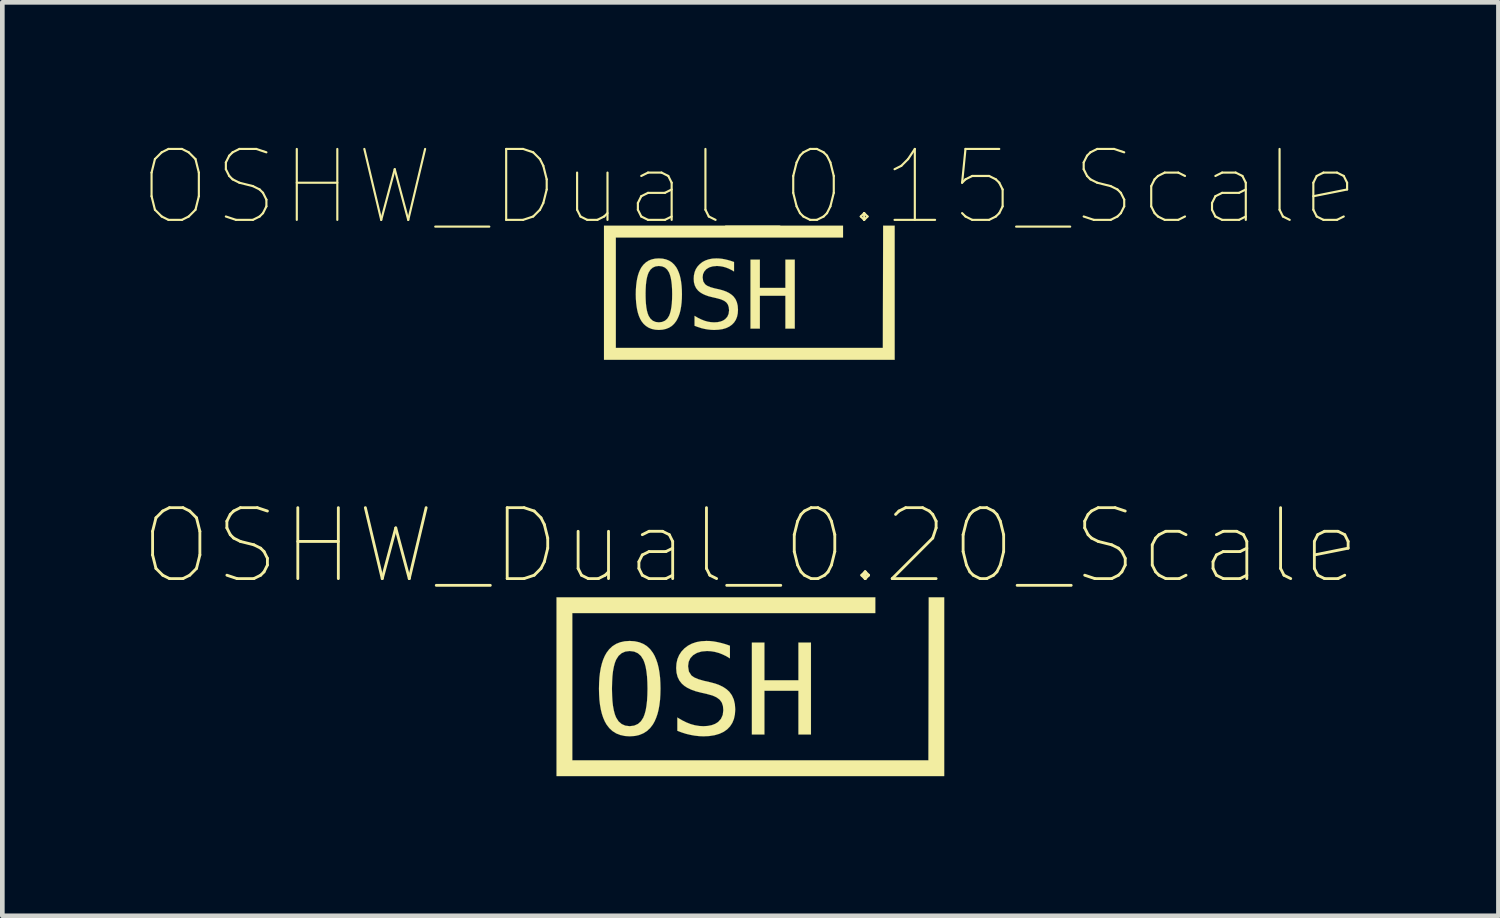
<source format=kicad_pcb>
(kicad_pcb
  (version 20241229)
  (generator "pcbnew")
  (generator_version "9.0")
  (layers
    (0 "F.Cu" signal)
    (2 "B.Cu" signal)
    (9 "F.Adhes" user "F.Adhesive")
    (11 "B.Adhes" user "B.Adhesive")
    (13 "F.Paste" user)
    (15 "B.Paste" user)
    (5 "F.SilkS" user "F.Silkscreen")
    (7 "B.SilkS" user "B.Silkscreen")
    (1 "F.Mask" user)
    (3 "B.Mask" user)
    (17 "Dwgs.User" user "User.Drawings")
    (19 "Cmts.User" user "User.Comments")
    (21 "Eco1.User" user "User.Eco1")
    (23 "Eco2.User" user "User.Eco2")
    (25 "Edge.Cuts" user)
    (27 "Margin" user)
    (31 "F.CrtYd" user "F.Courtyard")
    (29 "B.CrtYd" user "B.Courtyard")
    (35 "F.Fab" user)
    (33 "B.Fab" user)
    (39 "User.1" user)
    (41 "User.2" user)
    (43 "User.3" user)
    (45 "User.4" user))
  (footprint "OSHW_Dual_0.15_Scale"
    (layer "F.Cu")
    (at 13.052 3.055)
    (property "Reference" "OSHW_Dual_0.15_Scale" (at 0 -2.083 0) (layer "F.SilkS") (effects (font (size 1.524 1.524) (thickness 0.046))))
    (attr through_hole)
    (fp_poly (pts (xy 1.111 -0.526) (xy 1.307 -0.526) (xy 1.449 0.677) (xy 1.617 -0.119) (xy 1.827 -0.119) (xy 1.997 0.679) (xy 2.478 -1.626) (xy 2.673 -1.626) (xy 2.114 0.956) (xy 1.924 0.956) (xy 1.723 0.076) (xy 1.522 0.956) (xy 1.333 0.956) (xy 1.111 -0.526)) (stroke (width 0.003) (type solid)) (fill yes) (layer "F.Mask"))
    (fp_poly (pts (xy 0.025 -0.526) (xy 0.226 -0.526) (xy 0.226 0.082) (xy 0.775 0.082) (xy 0.775 -0.526) (xy 0.976 -0.526) (xy 0.976 0.956) (xy 0.775 0.956) (xy 0.775 0.25) (xy 0.226 0.25) (xy 0.226 0.956) (xy 0.025 0.956) (xy 0.025 -0.526)) (stroke (width 0.003) (type solid)) (fill yes) (layer "F.SilkS"))
    (fp_poly (pts (xy -3.123 -1.255) (xy -3.123 -1.128) (xy -3.123 1.499) (xy -3.123 1.626) (xy -2.996 1.626) (xy 2.996 1.626) (xy 3.123 1.626) (xy 3.123 1.499) (xy 3.123 -1.255) (xy 2.875 -1.255) (xy 2.869 1.372) (xy -2.869 1.372) (xy -2.869 -1.001) (xy 2.013 -1.001) (xy 2.013 -1.255) (xy -2.996 -1.255) (xy -3.123 -1.255)) (stroke (width 0.003) (type solid)) (fill yes) (layer "F.SilkS"))
    (fp_poly (pts (xy -0.329 -0.475) (xy -0.329 -0.272) (xy -0.39 -0.307) (xy -0.451 -0.337) (xy -0.513 -0.36) (xy -0.574 -0.376) (xy -0.635 -0.386) (xy -0.697 -0.39) (xy -0.785 -0.382) (xy -0.86 -0.36) (xy -0.922 -0.323) (xy -0.967 -0.274) (xy -0.995 -0.215) (xy -1.004 -0.146) (xy -0.991 -0.059) (xy -0.95 0.004) (xy -0.904 0.037) (xy -0.836 0.066) (xy -0.748 0.091) (xy -0.643 0.114) (xy -0.564 0.136) (xy -0.494 0.162) (xy -0.433 0.193) (xy -0.382 0.228) (xy -0.339 0.267) (xy -0.297 0.324) (xy -0.268 0.39) (xy -0.25 0.466) (xy -0.244 0.551) (xy -0.249 0.631) (xy -0.265 0.704) (xy -0.291 0.768) (xy -0.328 0.825) (xy -0.375 0.873) (xy -0.432 0.913) (xy -0.499 0.945) (xy -0.575 0.967) (xy -0.661 0.98) (xy -0.756 0.985) (xy -0.825 0.982) (xy -0.895 0.974) (xy -0.965 0.962) (xy -1.035 0.945) (xy -1.106 0.922) (xy -1.177 0.895) (xy -1.177 0.682) (xy -1.102 0.726) (xy -1.03 0.761) (xy -0.961 0.788) (xy -0.893 0.807) (xy -0.825 0.818) (xy -0.756 0.822) (xy -0.684 0.818) (xy -0.621 0.805) (xy -0.566 0.784) (xy -0.52 0.754) (xy -0.473 0.703) (xy -0.445 0.639) (xy -0.435 0.564) (xy -0.442 0.496) (xy -0.461 0.439) (xy -0.494 0.394) (xy -0.542 0.358) (xy -0.609 0.328) (xy -0.695 0.304) (xy -0.803 0.279) (xy -0.881 0.259) (xy -0.95 0.234) (xy -1.009 0.206) (xy -1.06 0.174) (xy -1.102 0.138) (xy -1.143 0.087) (xy -1.172 0.028) (xy -1.19 -0.039) (xy -1.195 -0.115) (xy -1.19 -0.191) (xy -1.174 -0.261) (xy -1.148 -0.324) (xy -1.11 -0.381) (xy -1.062 -0.432) (xy -1.005 -0.476) (xy -0.941 -0.509) (xy -0.87 -0.533) (xy -0.792 -0.548) (xy -0.707 -0.552) (xy -0.649 -0.55) (xy -0.59 -0.544) (xy -0.528 -0.533) (xy -0.464 -0.518) (xy -0.398 -0.499) (xy -0.329 -0.475)) (stroke (width 0.003) (type solid)) (fill yes) (layer "F.SilkS"))
    (fp_poly (pts (xy -1.658 0.217) (xy -1.448 0.217) (xy -1.45 0.31) (xy -1.456 0.398) (xy -1.466 0.479) (xy -1.479 0.554) (xy -1.496 0.624) (xy -1.518 0.687) (xy -1.543 0.743) (xy -1.571 0.794) (xy -1.616 0.852) (xy -1.667 0.9) (xy -1.726 0.937) (xy -1.792 0.963) (xy -1.864 0.979) (xy -1.945 0.985) (xy -2.025 0.979) (xy -2.098 0.963) (xy -2.163 0.937) (xy -2.222 0.9) (xy -2.273 0.853) (xy -2.318 0.795) (xy -2.346 0.745) (xy -2.371 0.688) (xy -2.392 0.625) (xy -2.409 0.556) (xy -2.422 0.48) (xy -2.432 0.399) (xy -2.438 0.311) (xy -2.44 0.217) (xy -2.438 0.123) (xy -2.432 0.035) (xy -2.422 -0.047) (xy -2.409 -0.122) (xy -2.392 -0.191) (xy -2.371 -0.254) (xy -2.346 -0.311) (xy -2.318 -0.362) (xy -2.273 -0.42) (xy -2.221 -0.468) (xy -2.163 -0.505) (xy -2.097 -0.531) (xy -2.024 -0.547) (xy -1.945 -0.552) (xy -1.864 -0.547) (xy -1.792 -0.531) (xy -1.726 -0.505) (xy -1.667 -0.468) (xy -1.616 -0.42) (xy -1.571 -0.362) (xy -1.543 -0.311) (xy -1.518 -0.254) (xy -1.496 -0.191) (xy -1.479 -0.122) (xy -1.466 -0.047) (xy -1.456 0.035) (xy -1.45 0.123) (xy -1.448 0.217) (xy -1.658 0.217) (xy -1.66 0.113) (xy -1.665 0.02) (xy -1.675 -0.063) (xy -1.688 -0.136) (xy -1.705 -0.198) (xy -1.725 -0.25) (xy -1.764 -0.311) (xy -1.813 -0.355) (xy -1.874 -0.381) (xy -1.945 -0.39) (xy -2.015 -0.381) (xy -2.075 -0.355) (xy -2.125 -0.311) (xy -2.164 -0.25) (xy -2.184 -0.198) (xy -2.201 -0.136) (xy -2.214 -0.063) (xy -2.223 0.02) (xy -2.228 0.113) (xy -2.23 0.217) (xy -2.228 0.32) (xy -2.223 0.413) (xy -2.214 0.496) (xy -2.201 0.568) (xy -2.184 0.63) (xy -2.164 0.682) (xy -2.125 0.743) (xy -2.075 0.787) (xy -2.015 0.813) (xy -1.945 0.822) (xy -1.874 0.813) (xy -1.813 0.787) (xy -1.764 0.744) (xy -1.725 0.683) (xy -1.705 0.631) (xy -1.688 0.569) (xy -1.675 0.496) (xy -1.665 0.413) (xy -1.66 0.32) (xy -1.658 0.217)) (stroke (width 0.003) (type solid)) (fill yes) (layer "F.SilkS")))
  (footprint "OSHW_Dual_0.20_Scale"
    (layer "F.Cu")
    (at 13.074 11.459)
    (property "Reference" "OSHW_Dual_0.20_Scale" (at 0 -2.778 0) (layer "F.SilkS") (effects (font (size 1.524 1.524) (thickness 0.061))))
    (attr through_hole)
    (fp_poly (pts (xy 1.482 -0.701) (xy 1.743 -0.701) (xy 1.932 0.903) (xy 2.157 -0.158) (xy 2.436 -0.158) (xy 2.663 0.905) (xy 3.304 -2.168) (xy 3.565 -2.168) (xy 2.818 1.274) (xy 2.565 1.274) (xy 2.297 0.101) (xy 2.03 1.274) (xy 1.777 1.274) (xy 1.482 -0.701)) (stroke (width 0.003) (type solid)) (fill yes) (layer "F.Mask"))
    (fp_poly (pts (xy 0.033 -0.701) (xy 0.302 -0.701) (xy 0.302 0.109) (xy 1.033 0.109) (xy 1.033 -0.701) (xy 1.302 -0.701) (xy 1.302 1.274) (xy 1.033 1.274) (xy 1.033 0.334) (xy 0.302 0.334) (xy 0.302 1.274) (xy 0.033 1.274) (xy 0.033 -0.701)) (stroke (width 0.003) (type solid)) (fill yes) (layer "F.SilkS"))
    (fp_poly (pts (xy -4.165 -1.673) (xy -4.165 -1.504) (xy -4.165 1.999) (xy -4.165 2.168) (xy -3.995 2.168) (xy 3.995 2.168) (xy 4.165 2.168) (xy 4.165 1.999) (xy 4.165 -1.673) (xy 3.833 -1.673) (xy 3.826 1.83) (xy -3.826 1.83) (xy -3.826 -1.335) (xy 2.685 -1.335) (xy 2.685 -1.673) (xy -3.995 -1.673) (xy -4.165 -1.673)) (stroke (width 0.003) (type solid)) (fill yes) (layer "F.SilkS"))
    (fp_poly (pts (xy -0.439 -0.633) (xy -0.439 -0.362) (xy -0.52 -0.41) (xy -0.602 -0.449) (xy -0.684 -0.48) (xy -0.765 -0.502) (xy -0.847 -0.515) (xy -0.93 -0.52) (xy -1.047 -0.51) (xy -1.147 -0.48) (xy -1.229 -0.431) (xy -1.29 -0.366) (xy -1.326 -0.287) (xy -1.339 -0.194) (xy -1.321 -0.079) (xy -1.267 0.006) (xy -1.205 0.049) (xy -1.115 0.087) (xy -0.997 0.121) (xy -0.857 0.153) (xy -0.752 0.181) (xy -0.659 0.216) (xy -0.578 0.257) (xy -0.509 0.304) (xy -0.452 0.356) (xy -0.397 0.432) (xy -0.357 0.52) (xy -0.333 0.621) (xy -0.325 0.735) (xy -0.332 0.842) (xy -0.353 0.939) (xy -0.388 1.025) (xy -0.437 1.1) (xy -0.5 1.165) (xy -0.576 1.218) (xy -0.665 1.259) (xy -0.767 1.289) (xy -0.881 1.307) (xy -1.008 1.313) (xy -1.101 1.309) (xy -1.194 1.299) (xy -1.287 1.282) (xy -1.381 1.26) (xy -1.475 1.23) (xy -1.569 1.194) (xy -1.569 0.909) (xy -1.469 0.968) (xy -1.374 1.015) (xy -1.282 1.051) (xy -1.191 1.076) (xy -1.099 1.091) (xy -1.008 1.096) (xy -0.912 1.09) (xy -0.828 1.073) (xy -0.755 1.045) (xy -0.693 1.006) (xy -0.631 0.937) (xy -0.593 0.852) (xy -0.581 0.752) (xy -0.589 0.661) (xy -0.615 0.585) (xy -0.659 0.526) (xy -0.723 0.478) (xy -0.812 0.437) (xy -0.927 0.405) (xy -1.07 0.372) (xy -1.174 0.345) (xy -1.266 0.312) (xy -1.346 0.275) (xy -1.414 0.232) (xy -1.47 0.184) (xy -1.524 0.116) (xy -1.563 0.037) (xy -1.586 -0.053) (xy -1.594 -0.153) (xy -1.587 -0.255) (xy -1.566 -0.348) (xy -1.53 -0.432) (xy -1.48 -0.509) (xy -1.417 -0.576) (xy -1.341 -0.634) (xy -1.255 -0.679) (xy -1.16 -0.711) (xy -1.056 -0.73) (xy -0.943 -0.736) (xy -0.866 -0.734) (xy -0.786 -0.725) (xy -0.704 -0.71) (xy -0.618 -0.69) (xy -0.53 -0.665) (xy -0.439 -0.633)) (stroke (width 0.003) (type solid)) (fill yes) (layer "F.SilkS"))
    (fp_poly (pts (xy -2.21 0.289) (xy -1.931 0.289) (xy -1.934 0.414) (xy -1.941 0.53) (xy -1.954 0.639) (xy -1.972 0.739) (xy -1.995 0.831) (xy -2.024 0.915) (xy -2.057 0.991) (xy -2.095 1.059) (xy -2.154 1.136) (xy -2.223 1.2) (xy -2.301 1.249) (xy -2.389 1.285) (xy -2.486 1.306) (xy -2.593 1.313) (xy -2.699 1.306) (xy -2.797 1.285) (xy -2.884 1.25) (xy -2.963 1.2) (xy -3.031 1.137) (xy -3.09 1.06) (xy -3.128 0.993) (xy -3.161 0.917) (xy -3.189 0.833) (xy -3.212 0.741) (xy -3.23 0.64) (xy -3.243 0.531) (xy -3.25 0.414) (xy -3.253 0.289) (xy -3.25 0.164) (xy -3.243 0.047) (xy -3.23 -0.062) (xy -3.212 -0.163) (xy -3.189 -0.255) (xy -3.161 -0.339) (xy -3.128 -0.415) (xy -3.09 -0.482) (xy -3.031 -0.56) (xy -2.962 -0.624) (xy -2.884 -0.673) (xy -2.796 -0.708) (xy -2.699 -0.729) (xy -2.593 -0.736) (xy -2.486 -0.729) (xy -2.389 -0.708) (xy -2.301 -0.673) (xy -2.223 -0.624) (xy -2.154 -0.56) (xy -2.095 -0.482) (xy -2.057 -0.415) (xy -2.024 -0.339) (xy -1.995 -0.255) (xy -1.972 -0.163) (xy -1.954 -0.062) (xy -1.941 0.047) (xy -1.934 0.164) (xy -1.931 0.289) (xy -2.21 0.289) (xy -2.213 0.151) (xy -2.22 0.026) (xy -2.233 -0.084) (xy -2.25 -0.181) (xy -2.273 -0.264) (xy -2.3 -0.333) (xy -2.352 -0.415) (xy -2.418 -0.473) (xy -2.498 -0.508) (xy -2.593 -0.52) (xy -2.687 -0.508) (xy -2.767 -0.473) (xy -2.833 -0.415) (xy -2.885 -0.333) (xy -2.912 -0.264) (xy -2.934 -0.181) (xy -2.952 -0.084) (xy -2.964 0.026) (xy -2.971 0.151) (xy -2.974 0.289) (xy -2.971 0.427) (xy -2.964 0.551) (xy -2.952 0.661) (xy -2.934 0.757) (xy -2.912 0.84) (xy -2.885 0.909) (xy -2.833 0.991) (xy -2.767 1.049) (xy -2.687 1.084) (xy -2.593 1.096) (xy -2.498 1.084) (xy -2.418 1.049) (xy -2.352 0.992) (xy -2.3 0.911) (xy -2.273 0.841) (xy -2.25 0.759) (xy -2.233 0.662) (xy -2.22 0.551) (xy -2.213 0.427) (xy -2.21 0.289)) (stroke (width 0.003) (type solid)) (fill yes) (layer "F.SilkS")))
  (gr_rect
    (start -3 -3)
    (end 29.149 16.629)
    (stroke (width 0.1) (type default))
    (fill no)
    (layer "Edge.Cuts")))
</source>
